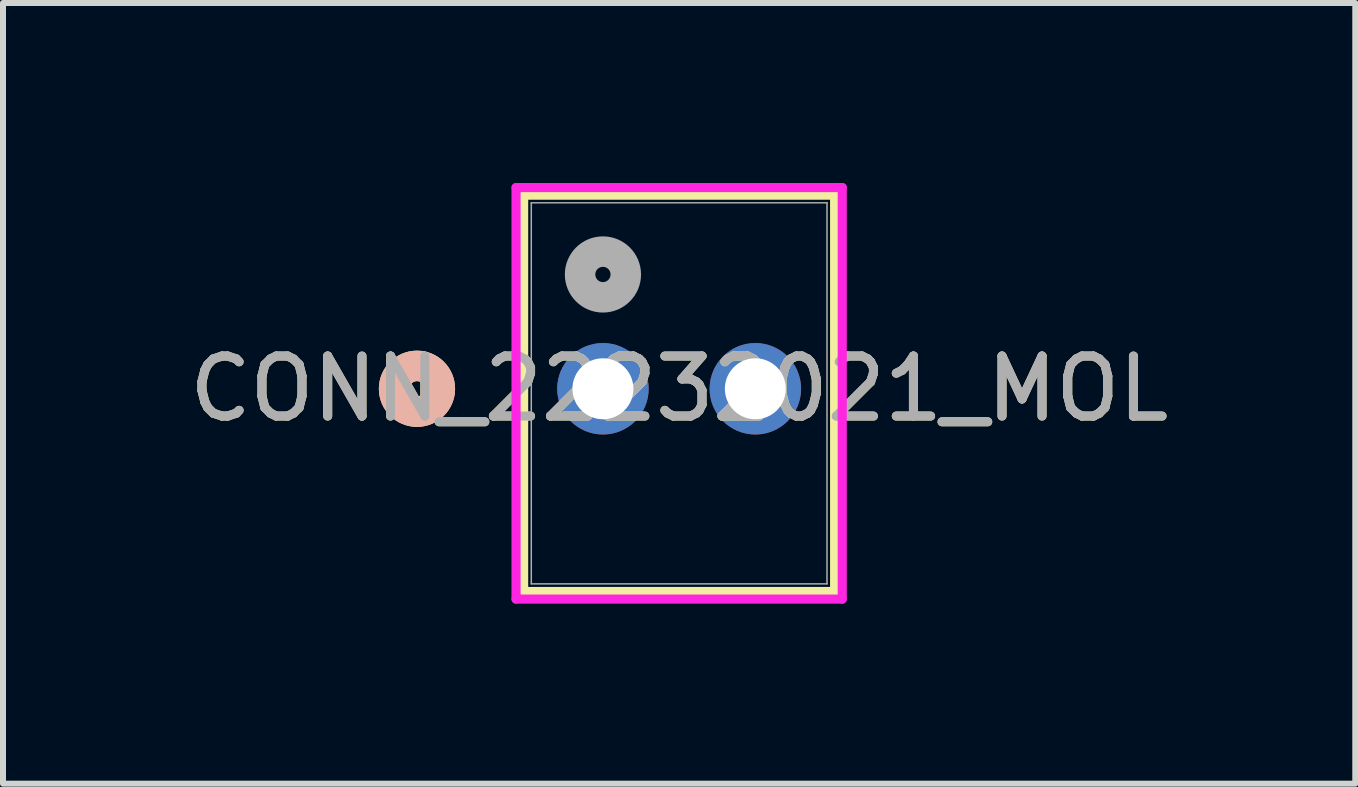
<source format=kicad_pcb>
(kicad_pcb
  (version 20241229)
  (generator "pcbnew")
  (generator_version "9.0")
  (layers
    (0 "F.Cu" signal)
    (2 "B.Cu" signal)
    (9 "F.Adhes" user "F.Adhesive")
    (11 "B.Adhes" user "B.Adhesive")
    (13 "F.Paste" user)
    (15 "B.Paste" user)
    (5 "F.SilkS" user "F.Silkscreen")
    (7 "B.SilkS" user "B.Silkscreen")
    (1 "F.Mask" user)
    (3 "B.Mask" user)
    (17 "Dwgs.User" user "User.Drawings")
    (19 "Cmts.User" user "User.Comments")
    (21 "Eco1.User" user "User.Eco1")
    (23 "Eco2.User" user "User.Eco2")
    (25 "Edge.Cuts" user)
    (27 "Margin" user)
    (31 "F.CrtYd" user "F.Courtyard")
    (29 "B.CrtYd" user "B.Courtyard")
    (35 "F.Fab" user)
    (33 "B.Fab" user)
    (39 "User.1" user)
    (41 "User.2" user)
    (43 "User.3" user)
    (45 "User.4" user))
  (footprint "CONN_22232021_MOL"
    (layer "F.Cu")
    (at 6.998 3.429)
    (property "Reference" "CONN_22232021_MOL" (at 1.27 0 0) (unlocked yes) (layer "F.SilkS") (effects (font (size 1 1) (thickness 0.15))))
    (attr through_hole)
    (fp_line (start -1.321 -3.226) (end -1.321 3.378) (stroke (width 0.152) (type solid)) (layer "F.SilkS"))
    (fp_line (start -1.321 3.378) (end 3.861 3.378) (stroke (width 0.152) (type solid)) (layer "F.SilkS"))
    (fp_line (start 3.861 -3.226) (end -1.321 -3.226) (stroke (width 0.152) (type solid)) (layer "F.SilkS"))
    (fp_line (start 3.861 3.378) (end 3.861 -3.226) (stroke (width 0.152) (type solid)) (layer "F.SilkS"))
    (fp_circle (center -3.099 0) (end -2.718 0) (stroke (width 0.508) (type solid)) (fill no) (layer "F.SilkS"))
    (fp_circle (center -3.099 0) (end -2.718 0) (stroke (width 0.508) (type solid)) (fill no) (layer "B.SilkS"))
    (fp_line (start -1.448 -3.353) (end -1.448 3.505) (stroke (width 0.152) (type solid)) (layer "F.CrtYd"))
    (fp_line (start -1.448 3.505) (end 3.988 3.505) (stroke (width 0.152) (type solid)) (layer "F.CrtYd"))
    (fp_line (start 3.988 -3.353) (end -1.448 -3.353) (stroke (width 0.152) (type solid)) (layer "F.CrtYd"))
    (fp_line (start 3.988 3.505) (end 3.988 -3.353) (stroke (width 0.152) (type solid)) (layer "F.CrtYd"))
    (fp_line (start -1.194 -3.099) (end -1.194 3.251) (stroke (width 0.025) (type solid)) (layer "F.Fab"))
    (fp_line (start -1.194 3.251) (end 3.734 3.251) (stroke (width 0.025) (type solid)) (layer "F.Fab"))
    (fp_line (start 3.734 -3.099) (end -1.194 -3.099) (stroke (width 0.025) (type solid)) (layer "F.Fab"))
    (fp_line (start 3.734 3.251) (end 3.734 -3.099) (stroke (width 0.025) (type solid)) (layer "F.Fab"))
    (fp_circle (center 0 -1.905) (end 0.381 -1.905) (stroke (width 0.508) (type solid)) (fill no) (layer "F.Fab"))
    (fp_text user "${REFERENCE}" (at 1.27 0 0) (unlocked yes) (layer "F.Fab") (effects (font (size 1 1) (thickness 0.15))))
    (pad "1" thru_hole circle (at 0 0) (size 1.524 1.524) (drill 1.016) (layers "*.Cu" "*.Mask"))
    (pad "2" thru_hole circle (at 2.54 0) (size 1.524 1.524) (drill 1.016) (layers "*.Cu" "*.Mask")))
  (gr_rect
    (start -3 -3)
    (end 19.536 10.01)
    (stroke (width 0.1) (type default))
    (fill no)
    (layer "Edge.Cuts")))
</source>
